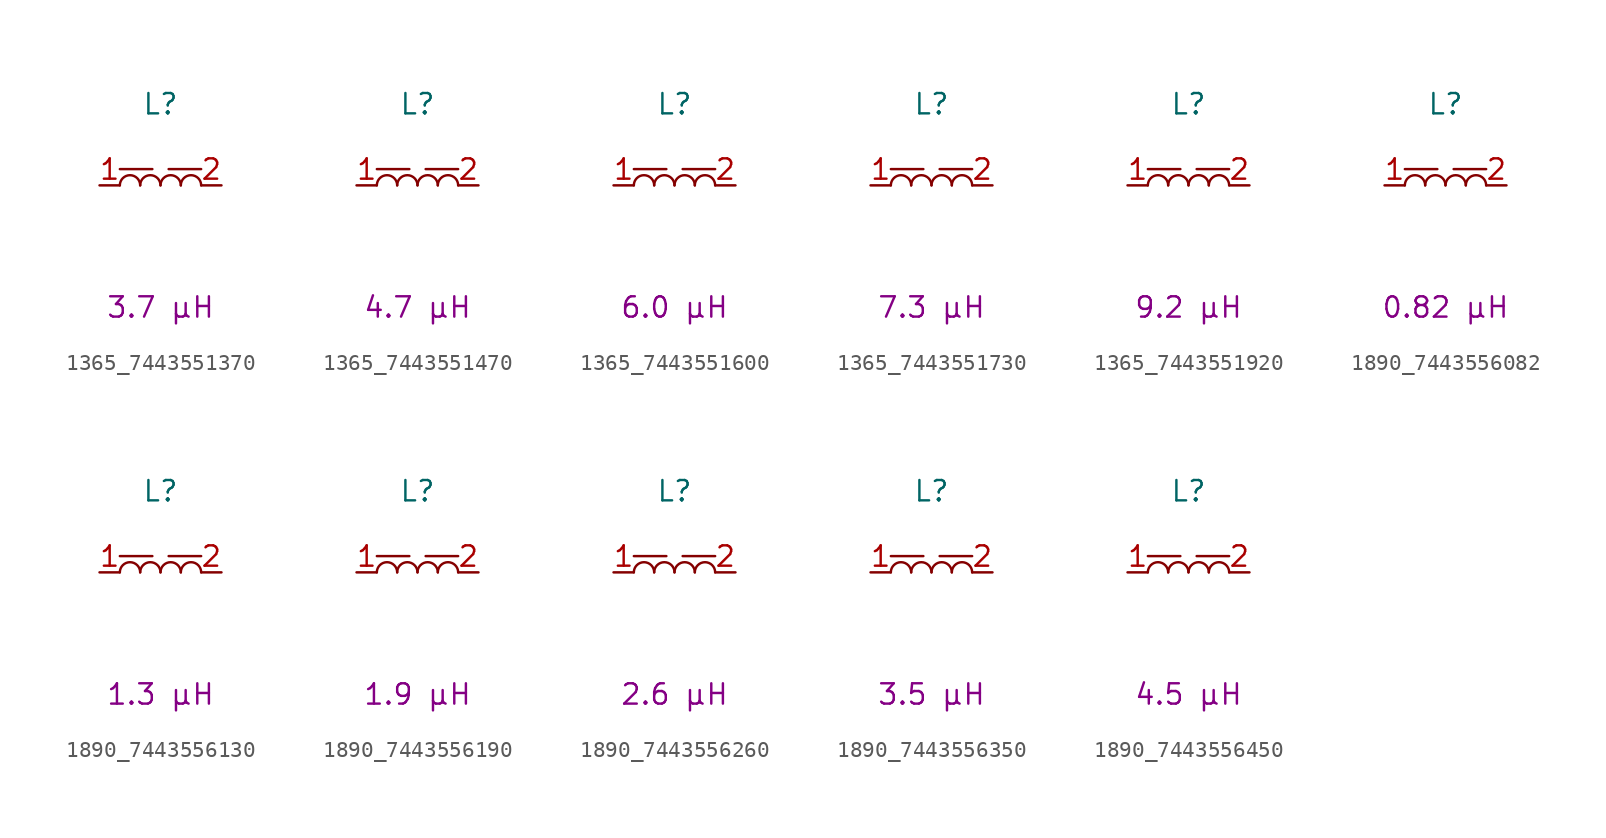
<source format=kicad_sym>
(kicad_symbol_lib
  (version 20220914)
  (generator kicad_symbol_editor)
  (symbol "1365_7443551370"
    (pin_names hide)
    (property "Reference" "L"
      (at 0 5.08 0)
      (effects (font (size 1.27 1.27))))
    (property "Critical Parameter" "3.7 µH"
      (at 0 -7.62 0)
      (effects (font (size 1.27 1.27))))
    (symbol "1365_7443551370_0_1"
      (arc (start -1.27 0) (mid -1.905 0.6323) (end -2.54 0) (stroke (width 0) (type default)) (fill (type none)))
      (arc (start 0 0) (mid -0.635 0.6323) (end -1.27 0) (stroke (width 0) (type default)) (fill (type none)))
      (polyline (pts (xy -2.54 1.016) (xy -0.508 1.016)) (stroke (width 0) (type default)) (fill (type none)))
      (arc (start 1.27 0) (mid 0.635 0.6323) (end 0 0) (stroke (width 0) (type default)) (fill (type none)))
      (arc (start 2.54 0) (mid 1.905 0.6323) (end 1.27 0) (stroke (width 0) (type default)) (fill (type none))))
    (symbol "1365_7443551370_1_1"
      (polyline (pts (xy 2.54 1.016) (xy 0.508 1.016)) (stroke (width 0) (type default)) (fill (type none)))
      (pin passive line (at -3.81 0 0) (length 1.27) (name "1" (effects (font (size 1.27 1.27)))) (number "1" (effects (font (size 1.27 1.27)))))
      (pin passive line (at 3.81 0 180) (length 1.27) (name "2" (effects (font (size 1.27 1.27)))) (number "2" (effects (font (size 1.27 1.27)))))))
  (symbol "1365_7443551470"
    (pin_names hide)
    (property "Reference" "L"
      (at 0 5.08 0)
      (effects (font (size 1.27 1.27))))
    (property "Critical Parameter" "4.7 µH"
      (at 0 -7.62 0)
      (effects (font (size 1.27 1.27))))
    (symbol "1365_7443551470_0_1"
      (arc (start -1.27 0) (mid -1.905 0.6323) (end -2.54 0) (stroke (width 0) (type default)) (fill (type none)))
      (arc (start 0 0) (mid -0.635 0.6323) (end -1.27 0) (stroke (width 0) (type default)) (fill (type none)))
      (polyline (pts (xy -2.54 1.016) (xy -0.508 1.016)) (stroke (width 0) (type default)) (fill (type none)))
      (arc (start 1.27 0) (mid 0.635 0.6323) (end 0 0) (stroke (width 0) (type default)) (fill (type none)))
      (arc (start 2.54 0) (mid 1.905 0.6323) (end 1.27 0) (stroke (width 0) (type default)) (fill (type none))))
    (symbol "1365_7443551470_1_1"
      (polyline (pts (xy 2.54 1.016) (xy 0.508 1.016)) (stroke (width 0) (type default)) (fill (type none)))
      (pin passive line (at -3.81 0 0) (length 1.27) (name "1" (effects (font (size 1.27 1.27)))) (number "1" (effects (font (size 1.27 1.27)))))
      (pin passive line (at 3.81 0 180) (length 1.27) (name "2" (effects (font (size 1.27 1.27)))) (number "2" (effects (font (size 1.27 1.27)))))))
  (symbol "1365_7443551600"
    (pin_names hide)
    (property "Reference" "L"
      (at 0 5.08 0)
      (effects (font (size 1.27 1.27))))
    (property "Critical Parameter" "6.0 µH"
      (at 0 -7.62 0)
      (effects (font (size 1.27 1.27))))
    (symbol "1365_7443551600_0_1"
      (arc (start -1.27 0) (mid -1.905 0.6323) (end -2.54 0) (stroke (width 0) (type default)) (fill (type none)))
      (arc (start 0 0) (mid -0.635 0.6323) (end -1.27 0) (stroke (width 0) (type default)) (fill (type none)))
      (polyline (pts (xy -2.54 1.016) (xy -0.508 1.016)) (stroke (width 0) (type default)) (fill (type none)))
      (arc (start 1.27 0) (mid 0.635 0.6323) (end 0 0) (stroke (width 0) (type default)) (fill (type none)))
      (arc (start 2.54 0) (mid 1.905 0.6323) (end 1.27 0) (stroke (width 0) (type default)) (fill (type none))))
    (symbol "1365_7443551600_1_1"
      (polyline (pts (xy 2.54 1.016) (xy 0.508 1.016)) (stroke (width 0) (type default)) (fill (type none)))
      (pin passive line (at -3.81 0 0) (length 1.27) (name "1" (effects (font (size 1.27 1.27)))) (number "1" (effects (font (size 1.27 1.27)))))
      (pin passive line (at 3.81 0 180) (length 1.27) (name "2" (effects (font (size 1.27 1.27)))) (number "2" (effects (font (size 1.27 1.27)))))))
  (symbol "1365_7443551730"
    (pin_names hide)
    (property "Reference" "L"
      (at 0 5.08 0)
      (effects (font (size 1.27 1.27))))
    (property "Critical Parameter" "7.3 µH"
      (at 0 -7.62 0)
      (effects (font (size 1.27 1.27))))
    (symbol "1365_7443551730_0_1"
      (arc (start -1.27 0) (mid -1.905 0.6323) (end -2.54 0) (stroke (width 0) (type default)) (fill (type none)))
      (arc (start 0 0) (mid -0.635 0.6323) (end -1.27 0) (stroke (width 0) (type default)) (fill (type none)))
      (polyline (pts (xy -2.54 1.016) (xy -0.508 1.016)) (stroke (width 0) (type default)) (fill (type none)))
      (arc (start 1.27 0) (mid 0.635 0.6323) (end 0 0) (stroke (width 0) (type default)) (fill (type none)))
      (arc (start 2.54 0) (mid 1.905 0.6323) (end 1.27 0) (stroke (width 0) (type default)) (fill (type none))))
    (symbol "1365_7443551730_1_1"
      (polyline (pts (xy 2.54 1.016) (xy 0.508 1.016)) (stroke (width 0) (type default)) (fill (type none)))
      (pin passive line (at -3.81 0 0) (length 1.27) (name "1" (effects (font (size 1.27 1.27)))) (number "1" (effects (font (size 1.27 1.27)))))
      (pin passive line (at 3.81 0 180) (length 1.27) (name "2" (effects (font (size 1.27 1.27)))) (number "2" (effects (font (size 1.27 1.27)))))))
  (symbol "1365_7443551920"
    (pin_names hide)
    (property "Reference" "L"
      (at 0 5.08 0)
      (effects (font (size 1.27 1.27))))
    (property "Critical Parameter" "9.2 µH"
      (at 0 -7.62 0)
      (effects (font (size 1.27 1.27))))
    (symbol "1365_7443551920_0_1"
      (arc (start -1.27 0) (mid -1.905 0.6323) (end -2.54 0) (stroke (width 0) (type default)) (fill (type none)))
      (arc (start 0 0) (mid -0.635 0.6323) (end -1.27 0) (stroke (width 0) (type default)) (fill (type none)))
      (polyline (pts (xy -2.54 1.016) (xy -0.508 1.016)) (stroke (width 0) (type default)) (fill (type none)))
      (arc (start 1.27 0) (mid 0.635 0.6323) (end 0 0) (stroke (width 0) (type default)) (fill (type none)))
      (arc (start 2.54 0) (mid 1.905 0.6323) (end 1.27 0) (stroke (width 0) (type default)) (fill (type none))))
    (symbol "1365_7443551920_1_1"
      (polyline (pts (xy 2.54 1.016) (xy 0.508 1.016)) (stroke (width 0) (type default)) (fill (type none)))
      (pin passive line (at -3.81 0 0) (length 1.27) (name "1" (effects (font (size 1.27 1.27)))) (number "1" (effects (font (size 1.27 1.27)))))
      (pin passive line (at 3.81 0 180) (length 1.27) (name "2" (effects (font (size 1.27 1.27)))) (number "2" (effects (font (size 1.27 1.27)))))))
  (symbol "1890_7443556082"
    (pin_names hide)
    (property "Reference" "L"
      (at 0 5.08 0)
      (effects (font (size 1.27 1.27))))
    (property "Critical Parameter" "0.82 µH"
      (at 0 -7.62 0)
      (effects (font (size 1.27 1.27))))
    (symbol "1890_7443556082_0_1"
      (arc (start -1.27 0) (mid -1.905 0.6323) (end -2.54 0) (stroke (width 0) (type default)) (fill (type none)))
      (arc (start 0 0) (mid -0.635 0.6323) (end -1.27 0) (stroke (width 0) (type default)) (fill (type none)))
      (polyline (pts (xy -2.54 1.016) (xy -0.508 1.016)) (stroke (width 0) (type default)) (fill (type none)))
      (arc (start 1.27 0) (mid 0.635 0.6323) (end 0 0) (stroke (width 0) (type default)) (fill (type none)))
      (arc (start 2.54 0) (mid 1.905 0.6323) (end 1.27 0) (stroke (width 0) (type default)) (fill (type none))))
    (symbol "1890_7443556082_1_1"
      (polyline (pts (xy 2.54 1.016) (xy 0.508 1.016)) (stroke (width 0) (type default)) (fill (type none)))
      (pin passive line (at -3.81 0 0) (length 1.27) (name "1" (effects (font (size 1.27 1.27)))) (number "1" (effects (font (size 1.27 1.27)))))
      (pin passive line (at 3.81 0 180) (length 1.27) (name "2" (effects (font (size 1.27 1.27)))) (number "2" (effects (font (size 1.27 1.27)))))))
  (symbol "1890_7443556130"
    (pin_names hide)
    (property "Reference" "L"
      (at 0 5.08 0)
      (effects (font (size 1.27 1.27))))
    (property "Critical Parameter" "1.3 µH"
      (at 0 -7.62 0)
      (effects (font (size 1.27 1.27))))
    (symbol "1890_7443556130_0_1"
      (arc (start -1.27 0) (mid -1.905 0.6323) (end -2.54 0) (stroke (width 0) (type default)) (fill (type none)))
      (arc (start 0 0) (mid -0.635 0.6323) (end -1.27 0) (stroke (width 0) (type default)) (fill (type none)))
      (polyline (pts (xy -2.54 1.016) (xy -0.508 1.016)) (stroke (width 0) (type default)) (fill (type none)))
      (arc (start 1.27 0) (mid 0.635 0.6323) (end 0 0) (stroke (width 0) (type default)) (fill (type none)))
      (arc (start 2.54 0) (mid 1.905 0.6323) (end 1.27 0) (stroke (width 0) (type default)) (fill (type none))))
    (symbol "1890_7443556130_1_1"
      (polyline (pts (xy 2.54 1.016) (xy 0.508 1.016)) (stroke (width 0) (type default)) (fill (type none)))
      (pin passive line (at -3.81 0 0) (length 1.27) (name "1" (effects (font (size 1.27 1.27)))) (number "1" (effects (font (size 1.27 1.27)))))
      (pin passive line (at 3.81 0 180) (length 1.27) (name "2" (effects (font (size 1.27 1.27)))) (number "2" (effects (font (size 1.27 1.27)))))))
  (symbol "1890_7443556190"
    (pin_names hide)
    (property "Reference" "L"
      (at 0 5.08 0)
      (effects (font (size 1.27 1.27))))
    (property "Critical Parameter" "1.9 µH"
      (at 0 -7.62 0)
      (effects (font (size 1.27 1.27))))
    (symbol "1890_7443556190_0_1"
      (arc (start -1.27 0) (mid -1.905 0.6323) (end -2.54 0) (stroke (width 0) (type default)) (fill (type none)))
      (arc (start 0 0) (mid -0.635 0.6323) (end -1.27 0) (stroke (width 0) (type default)) (fill (type none)))
      (polyline (pts (xy -2.54 1.016) (xy -0.508 1.016)) (stroke (width 0) (type default)) (fill (type none)))
      (arc (start 1.27 0) (mid 0.635 0.6323) (end 0 0) (stroke (width 0) (type default)) (fill (type none)))
      (arc (start 2.54 0) (mid 1.905 0.6323) (end 1.27 0) (stroke (width 0) (type default)) (fill (type none))))
    (symbol "1890_7443556190_1_1"
      (polyline (pts (xy 2.54 1.016) (xy 0.508 1.016)) (stroke (width 0) (type default)) (fill (type none)))
      (pin passive line (at -3.81 0 0) (length 1.27) (name "1" (effects (font (size 1.27 1.27)))) (number "1" (effects (font (size 1.27 1.27)))))
      (pin passive line (at 3.81 0 180) (length 1.27) (name "2" (effects (font (size 1.27 1.27)))) (number "2" (effects (font (size 1.27 1.27)))))))
  (symbol "1890_7443556260"
    (pin_names hide)
    (property "Reference" "L"
      (at 0 5.08 0)
      (effects (font (size 1.27 1.27))))
    (property "Critical Parameter" "2.6 µH"
      (at 0 -7.62 0)
      (effects (font (size 1.27 1.27))))
    (symbol "1890_7443556260_0_1"
      (arc (start -1.27 0) (mid -1.905 0.6323) (end -2.54 0) (stroke (width 0) (type default)) (fill (type none)))
      (arc (start 0 0) (mid -0.635 0.6323) (end -1.27 0) (stroke (width 0) (type default)) (fill (type none)))
      (polyline (pts (xy -2.54 1.016) (xy -0.508 1.016)) (stroke (width 0) (type default)) (fill (type none)))
      (arc (start 1.27 0) (mid 0.635 0.6323) (end 0 0) (stroke (width 0) (type default)) (fill (type none)))
      (arc (start 2.54 0) (mid 1.905 0.6323) (end 1.27 0) (stroke (width 0) (type default)) (fill (type none))))
    (symbol "1890_7443556260_1_1"
      (polyline (pts (xy 2.54 1.016) (xy 0.508 1.016)) (stroke (width 0) (type default)) (fill (type none)))
      (pin passive line (at -3.81 0 0) (length 1.27) (name "1" (effects (font (size 1.27 1.27)))) (number "1" (effects (font (size 1.27 1.27)))))
      (pin passive line (at 3.81 0 180) (length 1.27) (name "2" (effects (font (size 1.27 1.27)))) (number "2" (effects (font (size 1.27 1.27)))))))
  (symbol "1890_7443556350"
    (pin_names hide)
    (property "Reference" "L"
      (at 0 5.08 0)
      (effects (font (size 1.27 1.27))))
    (property "Critical Parameter" "3.5 µH"
      (at 0 -7.62 0)
      (effects (font (size 1.27 1.27))))
    (symbol "1890_7443556350_0_1"
      (arc (start -1.27 0) (mid -1.905 0.6323) (end -2.54 0) (stroke (width 0) (type default)) (fill (type none)))
      (arc (start 0 0) (mid -0.635 0.6323) (end -1.27 0) (stroke (width 0) (type default)) (fill (type none)))
      (polyline (pts (xy -2.54 1.016) (xy -0.508 1.016)) (stroke (width 0) (type default)) (fill (type none)))
      (arc (start 1.27 0) (mid 0.635 0.6323) (end 0 0) (stroke (width 0) (type default)) (fill (type none)))
      (arc (start 2.54 0) (mid 1.905 0.6323) (end 1.27 0) (stroke (width 0) (type default)) (fill (type none))))
    (symbol "1890_7443556350_1_1"
      (polyline (pts (xy 2.54 1.016) (xy 0.508 1.016)) (stroke (width 0) (type default)) (fill (type none)))
      (pin passive line (at -3.81 0 0) (length 1.27) (name "1" (effects (font (size 1.27 1.27)))) (number "1" (effects (font (size 1.27 1.27)))))
      (pin passive line (at 3.81 0 180) (length 1.27) (name "2" (effects (font (size 1.27 1.27)))) (number "2" (effects (font (size 1.27 1.27)))))))
  (symbol "1890_7443556450"
    (pin_names hide)
    (property "Reference" "L"
      (at 0 5.08 0)
      (effects (font (size 1.27 1.27))))
    (property "Critical Parameter" "4.5 µH"
      (at 0 -7.62 0)
      (effects (font (size 1.27 1.27))))
    (symbol "1890_7443556450_0_1"
      (arc (start -1.27 0) (mid -1.905 0.6323) (end -2.54 0) (stroke (width 0) (type default)) (fill (type none)))
      (arc (start 0 0) (mid -0.635 0.6323) (end -1.27 0) (stroke (width 0) (type default)) (fill (type none)))
      (polyline (pts (xy -2.54 1.016) (xy -0.508 1.016)) (stroke (width 0) (type default)) (fill (type none)))
      (arc (start 1.27 0) (mid 0.635 0.6323) (end 0 0) (stroke (width 0) (type default)) (fill (type none)))
      (arc (start 2.54 0) (mid 1.905 0.6323) (end 1.27 0) (stroke (width 0) (type default)) (fill (type none))))
    (symbol "1890_7443556450_1_1"
      (polyline (pts (xy 2.54 1.016) (xy 0.508 1.016)) (stroke (width 0) (type default)) (fill (type none)))
      (pin passive line (at -3.81 0 0) (length 1.27) (name "1" (effects (font (size 1.27 1.27)))) (number "1" (effects (font (size 1.27 1.27)))))
      (pin passive line (at 3.81 0 180) (length 1.27) (name "2" (effects (font (size 1.27 1.27)))) (number "2" (effects (font (size 1.27 1.27))))))))
</source>
